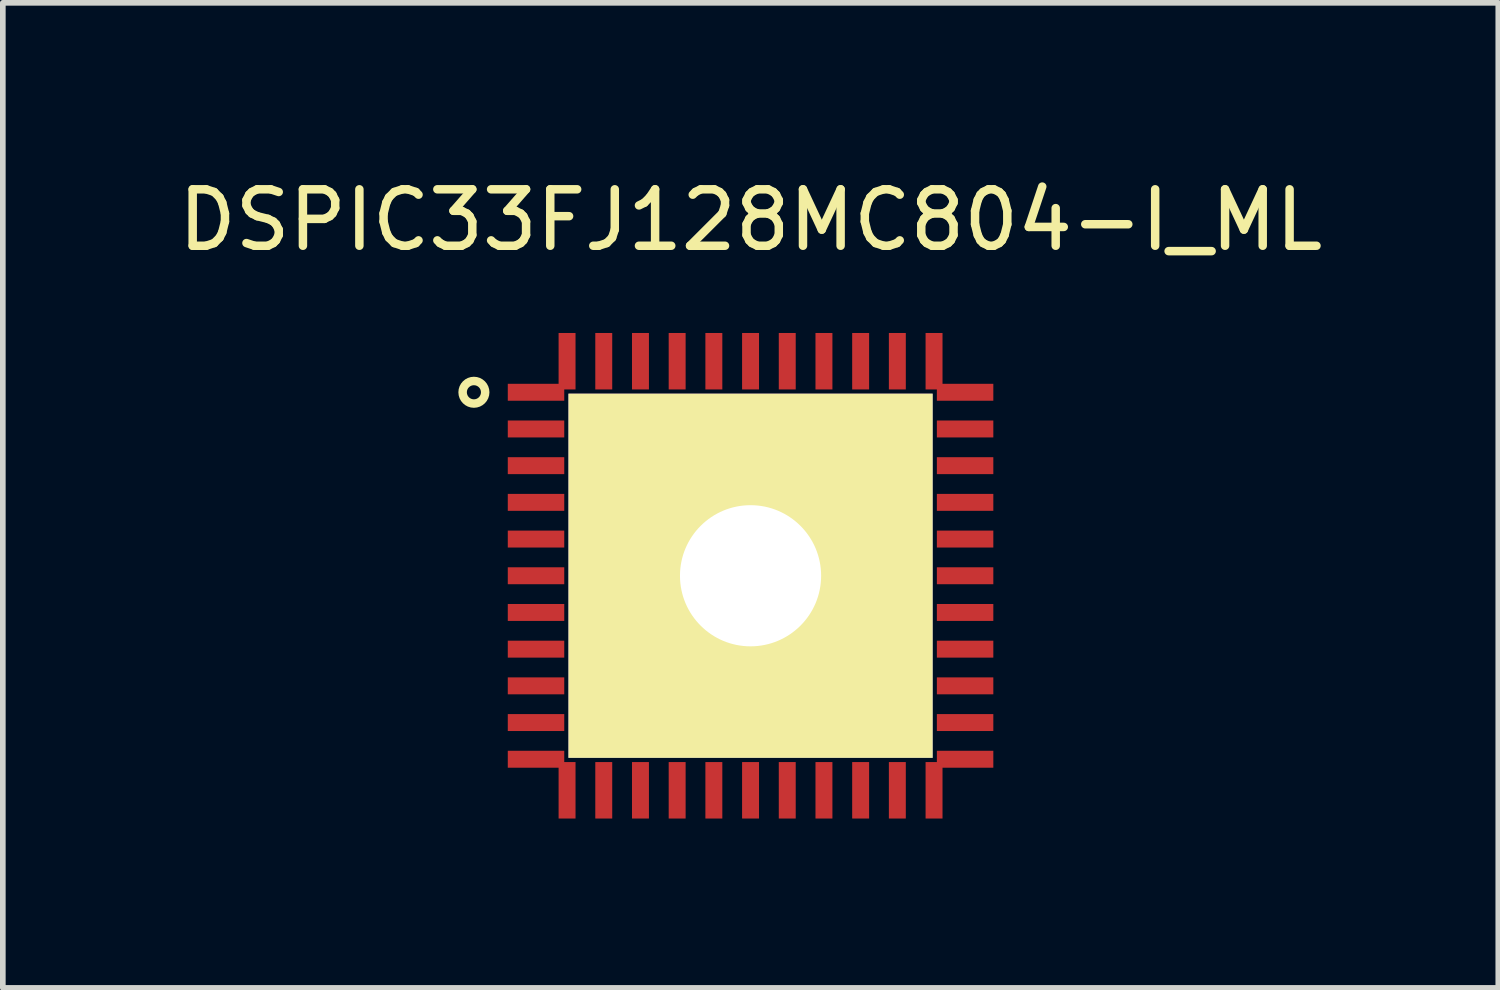
<source format=kicad_pcb>
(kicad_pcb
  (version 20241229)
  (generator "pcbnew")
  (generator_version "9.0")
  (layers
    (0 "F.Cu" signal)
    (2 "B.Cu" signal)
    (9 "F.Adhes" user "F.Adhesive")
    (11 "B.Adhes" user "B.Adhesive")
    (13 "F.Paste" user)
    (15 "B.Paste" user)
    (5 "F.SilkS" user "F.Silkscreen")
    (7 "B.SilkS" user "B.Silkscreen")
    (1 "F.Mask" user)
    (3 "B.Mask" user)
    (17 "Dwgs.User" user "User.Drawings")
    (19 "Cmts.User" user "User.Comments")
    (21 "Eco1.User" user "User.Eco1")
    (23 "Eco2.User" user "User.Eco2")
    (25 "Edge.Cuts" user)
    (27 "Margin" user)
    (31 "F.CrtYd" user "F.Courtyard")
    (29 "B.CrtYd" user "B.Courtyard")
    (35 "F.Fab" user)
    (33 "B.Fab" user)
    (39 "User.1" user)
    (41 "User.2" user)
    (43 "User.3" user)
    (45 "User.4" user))
  (footprint "DSPIC33FJ128MC804-I_ML"
    (layer "F.Cu")
    (at 6.444 3.348)
    (property "Reference" "DSPIC33FJ128MC804-I_ML" (at 3.8 -2.5 0) (layer "F.SilkS") (effects (font (size 1 1) (thickness 0.15))))
    (attr through_hole)
    (fp_line (start 0.7 0.7) (end 0.7 6.9) (stroke (width 0.15) (type solid)) (layer "F.SilkS"))
    (fp_line (start 0.7 0.7) (end 6.9 0.7) (stroke (width 0.15) (type solid)) (layer "F.SilkS"))
    (fp_line (start 0.7 6.9) (end 6.9 6.9) (stroke (width 0.15) (type solid)) (layer "F.SilkS"))
    (fp_line (start 6.9 6.9) (end 6.9 0.7) (stroke (width 0.15) (type solid)) (layer "F.SilkS"))
    (fp_circle (center -1.1 0.55) (end -1.1 0.35) (stroke (width 0.15) (type solid)) (fill no) (layer "F.SilkS"))
    (fp_circle (center 1.7 1.7) (end 1.7 1.2) (stroke (width 0.15) (type solid)) (fill no) (layer "F.SilkS"))
    (pad "1" smd rect (at 0 0.55) (size 1 0.3) (layers "F.Cu" "F.Mask" "F.Paste"))
    (pad "2" smd rect (at 0 1.2) (size 1 0.3) (layers "F.Cu" "F.Mask" "F.Paste"))
    (pad "3" smd rect (at 0 1.85) (size 1 0.3) (layers "F.Cu" "F.Mask" "F.Paste"))
    (pad "4" smd rect (at 0 2.5) (size 1 0.3) (layers "F.Cu" "F.Mask" "F.Paste"))
    (pad "5" smd rect (at 0 3.15) (size 1 0.3) (layers "F.Cu" "F.Mask" "F.Paste"))
    (pad "6" smd rect (at 0 3.8) (size 1 0.3) (layers "F.Cu" "F.Mask" "F.Paste"))
    (pad "7" smd rect (at 0 4.45) (size 1 0.3) (layers "F.Cu" "F.Mask" "F.Paste"))
    (pad "8" smd rect (at 0 5.1) (size 1 0.3) (layers "F.Cu" "F.Mask" "F.Paste"))
    (pad "9" smd rect (at 0 5.75) (size 1 0.3) (layers "F.Cu" "F.Mask" "F.Paste"))
    (pad "10" smd rect (at 0 6.4) (size 1 0.3) (layers "F.Cu" "F.Mask" "F.Paste"))
    (pad "11" smd rect (at 0 7.05) (size 1 0.3) (layers "F.Cu" "F.Mask" "F.Paste"))
    (pad "12" smd rect (at 0.55 7.6) (size 0.3 1) (layers "F.Cu" "F.Mask" "F.Paste"))
    (pad "13" smd rect (at 1.2 7.6) (size 0.3 1) (layers "F.Cu" "F.Mask" "F.Paste"))
    (pad "14" smd rect (at 1.85 7.6) (size 0.3 1) (layers "F.Cu" "F.Mask" "F.Paste"))
    (pad "15" smd rect (at 2.5 7.6) (size 0.3 1) (layers "F.Cu" "F.Mask" "F.Paste"))
    (pad "16" smd rect (at 3.15 7.6) (size 0.3 1) (layers "F.Cu" "F.Mask" "F.Paste"))
    (pad "17" smd rect (at 3.8 7.6) (size 0.3 1) (layers "F.Cu" "F.Mask" "F.Paste"))
    (pad "18" smd rect (at 4.45 7.6) (size 0.3 1) (layers "F.Cu" "F.Mask" "F.Paste"))
    (pad "19" smd rect (at 5.1 7.6) (size 0.3 1) (layers "F.Cu" "F.Mask" "F.Paste"))
    (pad "20" smd rect (at 5.75 7.6) (size 0.3 1) (layers "F.Cu" "F.Mask" "F.Paste"))
    (pad "21" smd rect (at 6.4 7.6) (size 0.3 1) (layers "F.Cu" "F.Mask" "F.Paste"))
    (pad "22" smd rect (at 7.05 7.6) (size 0.3 1) (layers "F.Cu" "F.Mask" "F.Paste"))
    (pad "23" smd rect (at 7.6 7.05) (size 1 0.3) (layers "F.Cu" "F.Mask" "F.Paste"))
    (pad "24" smd rect (at 7.6 6.4) (size 1 0.3) (layers "F.Cu" "F.Mask" "F.Paste"))
    (pad "25" smd rect (at 7.6 5.75) (size 1 0.3) (layers "F.Cu" "F.Mask" "F.Paste"))
    (pad "26" smd rect (at 7.6 5.1) (size 1 0.3) (layers "F.Cu" "F.Mask" "F.Paste"))
    (pad "27" smd rect (at 7.6 4.45) (size 1 0.3) (layers "F.Cu" "F.Mask" "F.Paste"))
    (pad "28" smd rect (at 7.6 3.8) (size 1 0.3) (layers "F.Cu" "F.Mask" "F.Paste"))
    (pad "29" smd rect (at 7.6 3.15) (size 1 0.3) (layers "F.Cu" "F.Mask" "F.Paste"))
    (pad "30" smd rect (at 7.6 2.5) (size 1 0.3) (layers "F.Cu" "F.Mask" "F.Paste"))
    (pad "31" smd rect (at 7.6 1.85) (size 1 0.3) (layers "F.Cu" "F.Mask" "F.Paste"))
    (pad "32" smd rect (at 7.6 1.2) (size 1 0.3) (layers "F.Cu" "F.Mask" "F.Paste"))
    (pad "33" smd rect (at 7.6 0.55) (size 1 0.3) (layers "F.Cu" "F.Mask" "F.Paste"))
    (pad "34" smd rect (at 7.05 0) (size 0.3 1) (layers "F.Cu" "F.Mask" "F.Paste"))
    (pad "35" smd rect (at 6.4 0) (size 0.3 1) (layers "F.Cu" "F.Mask" "F.Paste"))
    (pad "36" smd rect (at 5.75 0) (size 0.3 1) (layers "F.Cu" "F.Mask" "F.Paste"))
    (pad "37" smd rect (at 5.1 0) (size 0.3 1) (layers "F.Cu" "F.Mask" "F.Paste"))
    (pad "38" smd rect (at 4.45 0) (size 0.3 1) (layers "F.Cu" "F.Mask" "F.Paste"))
    (pad "39" smd rect (at 3.8 0) (size 0.3 1) (layers "F.Cu" "F.Mask" "F.Paste"))
    (pad "40" smd rect (at 3.15 0) (size 0.3 1) (layers "F.Cu" "F.Mask" "F.Paste"))
    (pad "41" smd rect (at 2.5 0) (size 0.3 1) (layers "F.Cu" "F.Mask" "F.Paste"))
    (pad "42" smd rect (at 1.85 0) (size 0.3 1) (layers "F.Cu" "F.Mask" "F.Paste"))
    (pad "43" smd rect (at 1.2 0) (size 0.3 1) (layers "F.Cu" "F.Mask" "F.Paste"))
    (pad "44" smd rect (at 0.55 0) (size 0.3 1) (layers "F.Cu" "F.Mask" "F.Paste"))
    (pad "999" thru_hole rect (at 3.8 3.8) (size 6.45 6.45) (drill 2.5) (layers "*.Cu" "*.Mask" "F.SilkS")))
  (gr_rect
    (start -3 -3)
    (end 23.488 14.448)
    (stroke (width 0.1) (type default))
    (fill no)
    (layer "Edge.Cuts")))
</source>
